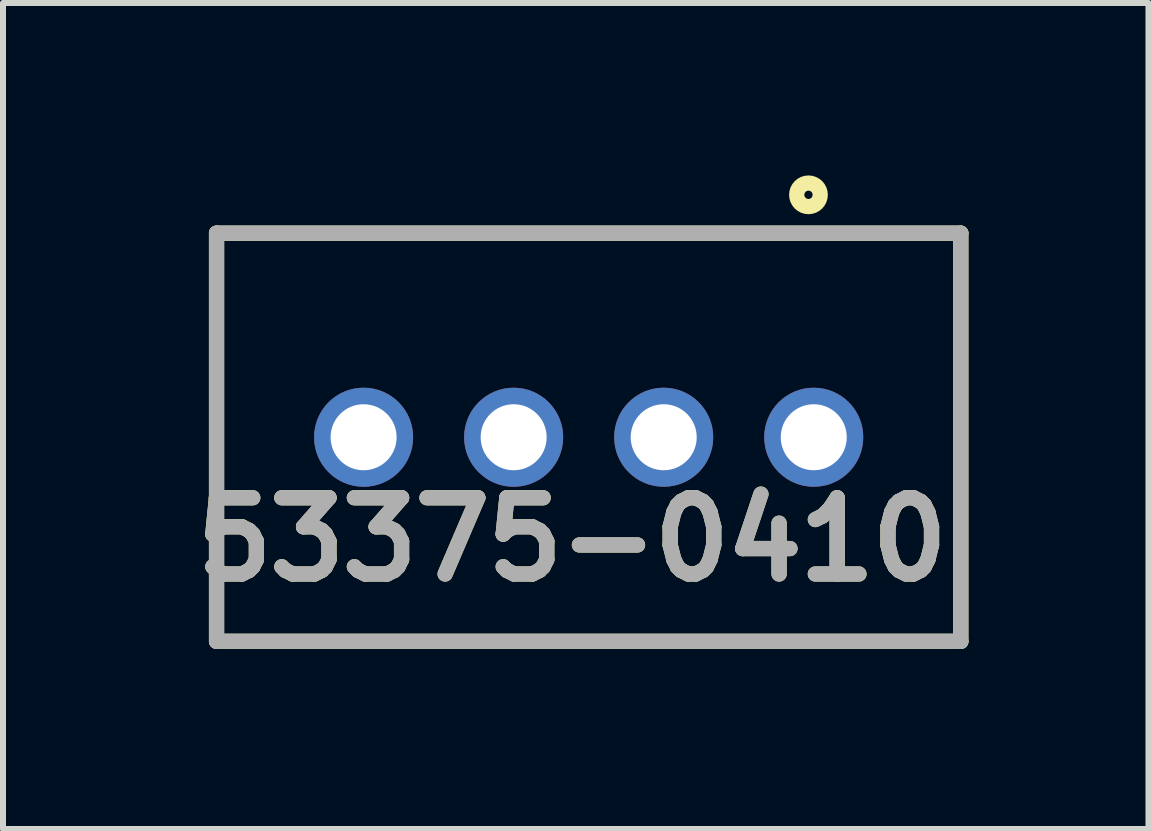
<source format=kicad_pcb>
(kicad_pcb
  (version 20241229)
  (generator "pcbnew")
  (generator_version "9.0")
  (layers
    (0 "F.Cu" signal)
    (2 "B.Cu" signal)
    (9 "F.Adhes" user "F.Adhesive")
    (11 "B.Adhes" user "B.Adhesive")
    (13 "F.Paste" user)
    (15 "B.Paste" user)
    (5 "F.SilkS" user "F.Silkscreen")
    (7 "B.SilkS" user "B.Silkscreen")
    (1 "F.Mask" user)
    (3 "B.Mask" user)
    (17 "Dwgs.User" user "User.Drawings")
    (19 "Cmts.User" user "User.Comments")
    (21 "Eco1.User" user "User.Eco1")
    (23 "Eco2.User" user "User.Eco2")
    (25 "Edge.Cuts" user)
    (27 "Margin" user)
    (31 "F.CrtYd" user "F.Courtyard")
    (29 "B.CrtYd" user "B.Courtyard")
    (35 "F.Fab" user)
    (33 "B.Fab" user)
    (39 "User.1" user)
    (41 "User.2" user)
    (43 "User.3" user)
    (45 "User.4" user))
  (footprint "53375-0410"
    (layer "F.Cu")
    (at 6.758 0.835)
    (property "Reference" "53375-0410" (at -0.275 5.104 0) (layer "F.SilkS") (effects (font (size 1.27 1.27) (thickness 0.254))))
    (attr through_hole)
    (fp_line (start -6.2 0) (end -6.2 6.8) (stroke (width 0.254) (type solid)) (layer "F.SilkS"))
    (fp_line (start -6.2 6.8) (end 6.2 6.8) (stroke (width 0.254) (type solid)) (layer "F.SilkS"))
    (fp_line (start 6.2 0) (end -6.2 0) (stroke (width 0.254) (type solid)) (layer "F.SilkS"))
    (fp_line (start 6.2 6.8) (end 6.2 0) (stroke (width 0.254) (type solid)) (layer "F.SilkS"))
    (fp_circle (center 3.662 -0.639) (end 3.662 -0.57) (stroke (width 0.254) (type solid)) (fill no) (layer "F.SilkS"))
    (fp_line (start -6.2 0) (end 6.2 0) (stroke (width 0.254) (type solid)) (layer "F.Fab"))
    (fp_line (start -6.2 6.8) (end -6.2 0) (stroke (width 0.254) (type solid)) (layer "F.Fab"))
    (fp_line (start 6.2 0) (end 6.2 6.8) (stroke (width 0.254) (type solid)) (layer "F.Fab"))
    (fp_line (start 6.2 6.8) (end -6.2 6.8) (stroke (width 0.254) (type solid)) (layer "F.Fab"))
    (fp_text user "${REFERENCE}" (at -0.275 5.104 0) (layer "F.Fab") (effects (font (size 1.27 1.27) (thickness 0.254))))
    (pad "" np_thru_hole circle (at 5.35 5.6) (size 0.001 0.001) (drill 1.25) (layers "*.Cu" "*.Mask"))
    (pad "1" thru_hole circle (at 3.75 3.4) (size 1.65 1.65) (drill 1.1) (layers "*.Cu" "*.Mask"))
    (pad "2" thru_hole circle (at 1.25 3.4) (size 1.65 1.65) (drill 1.1) (layers "*.Cu" "*.Mask"))
    (pad "3" thru_hole circle (at -1.25 3.4) (size 1.65 1.65) (drill 1.1) (layers "*.Cu" "*.Mask"))
    (pad "4" thru_hole circle (at -3.75 3.4) (size 1.65 1.65) (drill 1.1) (layers "*.Cu" "*.Mask")))
  (gr_rect
    (start -3 -3)
    (end 16.085 10.762)
    (stroke (width 0.1) (type default))
    (fill no)
    (layer "Edge.Cuts")))
</source>
